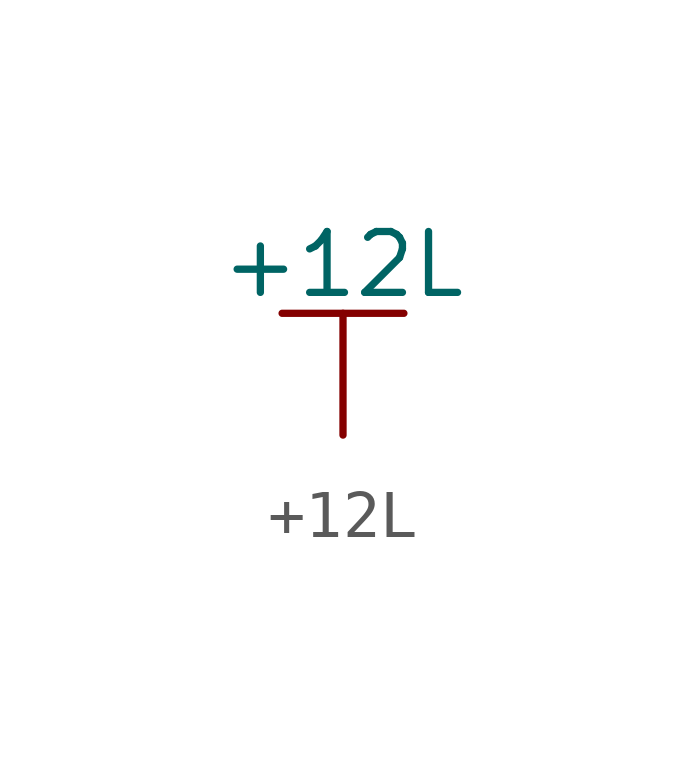
<source format=kicad_sym>
(kicad_symbol_lib
  (version 20220914)
  (generator kicad_symbol_editor)
  (symbol "+12L"
    (power)
    (pin_names
      (offset 0))
    (property "Reference" "#PWR"
      (at 0 -3.81 0)
      (effects (font (size 1.27 1.27)) hide))
    (property "Value" "+12L"
      (at 0 3.556 0)
      (effects (font (size 1.27 1.27))))
    (symbol "+12L_0_1"
      (polyline (pts (xy -1.27 2.54) (xy 1.27 2.54)) (stroke (width 0) (type solid)) (fill (type none)))
      (polyline (pts (xy 0 0) (xy 0 2.54)) (stroke (width 0) (type solid)) (fill (type none))))
    (symbol "+12L_1_1"
      (pin power_in line (at 0 0 90) (length 0) hide (name "+12L" (effects (font (size 1.27 1.27)))) (number "1" (effects (font (size 1.27 1.27))))))))
</source>
